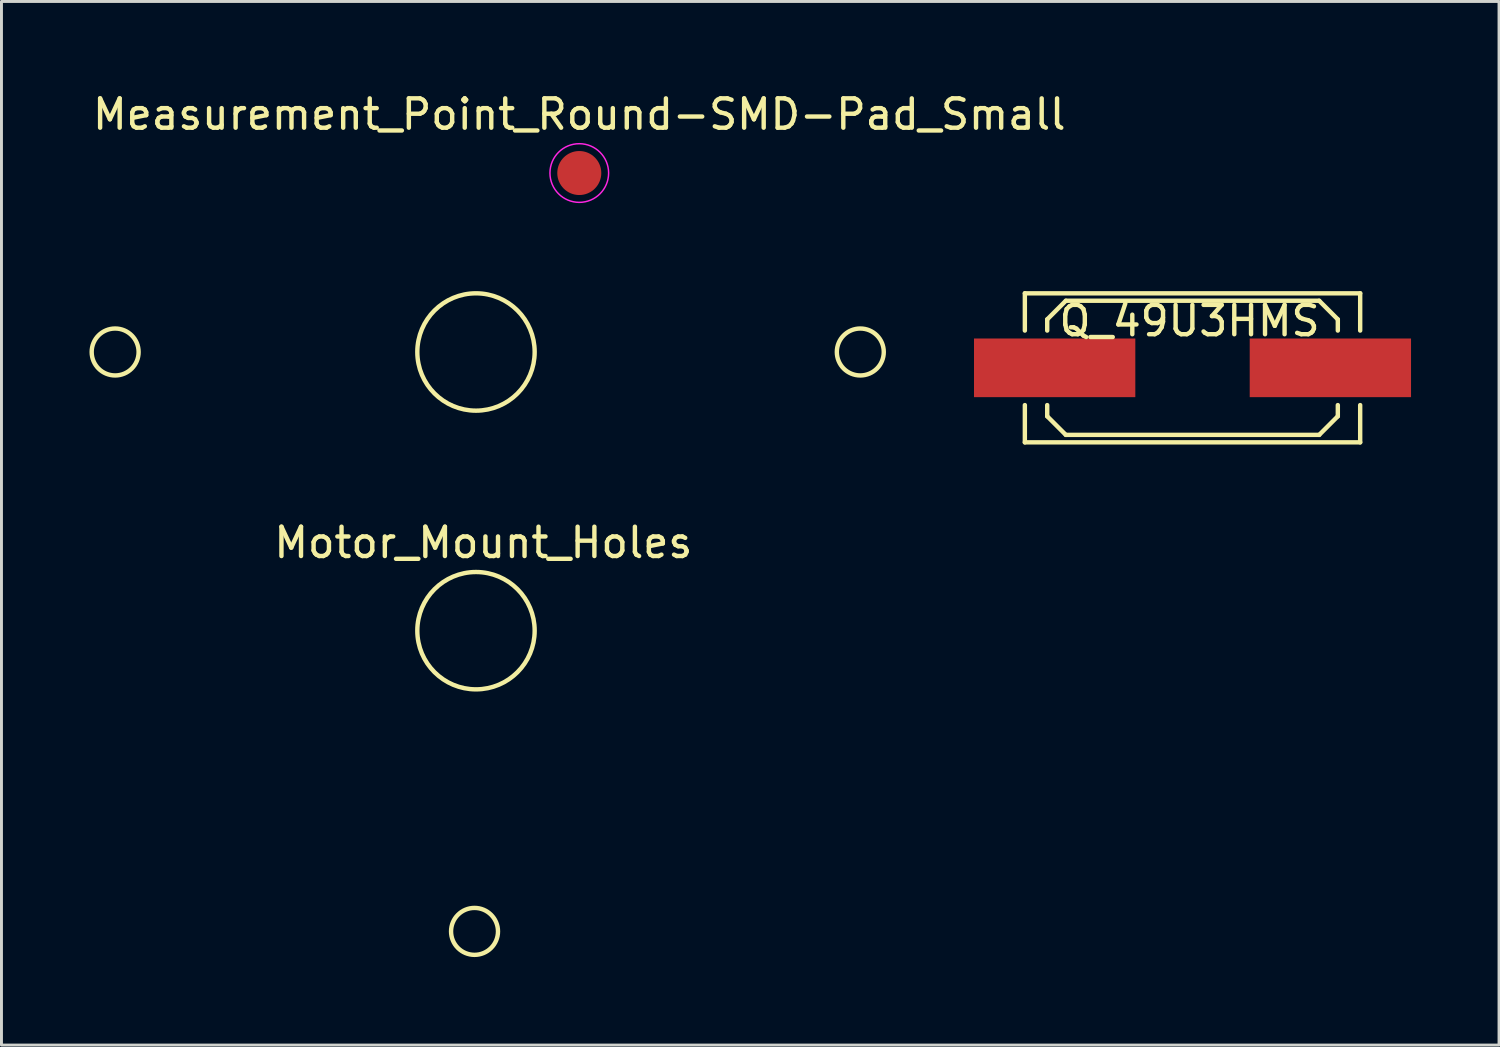
<source format=kicad_pcb>
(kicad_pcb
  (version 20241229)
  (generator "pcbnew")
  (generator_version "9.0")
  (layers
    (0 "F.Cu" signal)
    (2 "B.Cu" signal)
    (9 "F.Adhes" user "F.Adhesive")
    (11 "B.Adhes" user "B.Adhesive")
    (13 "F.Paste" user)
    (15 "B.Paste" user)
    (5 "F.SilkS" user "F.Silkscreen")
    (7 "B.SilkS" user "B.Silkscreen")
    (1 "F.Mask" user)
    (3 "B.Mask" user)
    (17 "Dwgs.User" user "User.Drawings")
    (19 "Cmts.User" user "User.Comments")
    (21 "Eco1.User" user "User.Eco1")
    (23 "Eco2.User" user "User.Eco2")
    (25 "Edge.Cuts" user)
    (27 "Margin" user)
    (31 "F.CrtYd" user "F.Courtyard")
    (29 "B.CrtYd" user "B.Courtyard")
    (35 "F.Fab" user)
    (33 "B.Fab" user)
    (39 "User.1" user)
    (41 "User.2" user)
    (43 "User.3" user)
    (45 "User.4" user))
  (footprint "Measurement_Point_Round-SMD-Pad_Small"
    (layer "F.Cu")
    (at 16.696 2.848)
    (property "Reference" "Measurement_Point_Round-SMD-Pad_Small" (at 0 -2 0) (layer "F.SilkS") (effects (font (size 1 1) (thickness 0.15))))
    (attr exclude_from_pos_files exclude_from_bom)
    (fp_circle (center 0 0) (end 1 0) (stroke (width 0.05) (type solid)) (fill no) (layer "F.CrtYd"))
    (pad "1" smd circle (at 0 0) (size 1.5 1.5) (layers "F.Cu" "F.Mask")))
  (footprint "Q_49U3HMS"
    (layer "F.Cu")
    (at 37.599 9.488)
    (property "Reference" "Q_49U3HMS" (at -0.1 -1.6 0) (layer "F.SilkS") (effects (font (size 1 1) (thickness 0.15))))
    (attr through_hole)
    (fp_line (start -5.715 -2.54) (end -5.715 -1.27) (stroke (width 0.15) (type solid)) (layer "F.SilkS"))
    (fp_line (start -5.715 -2.54) (end 5.715 -2.54) (stroke (width 0.15) (type solid)) (layer "F.SilkS"))
    (fp_line (start -5.715 2.54) (end -5.715 1.27) (stroke (width 0.15) (type solid)) (layer "F.SilkS"))
    (fp_line (start -4.953 -1.651) (end -4.953 -1.27) (stroke (width 0.15) (type solid)) (layer "F.SilkS"))
    (fp_line (start -4.953 1.651) (end -4.953 1.27) (stroke (width 0.15) (type solid)) (layer "F.SilkS"))
    (fp_line (start -4.953 1.651) (end -4.318 2.286) (stroke (width 0.15) (type solid)) (layer "F.SilkS"))
    (fp_line (start -4.318 -2.286) (end -4.953 -1.651) (stroke (width 0.15) (type solid)) (layer "F.SilkS"))
    (fp_line (start -4.318 2.286) (end 4.318 2.286) (stroke (width 0.15) (type solid)) (layer "F.SilkS"))
    (fp_line (start 4.318 -2.286) (end -4.318 -2.286) (stroke (width 0.15) (type solid)) (layer "F.SilkS"))
    (fp_line (start 4.318 2.286) (end 4.953 1.651) (stroke (width 0.15) (type solid)) (layer "F.SilkS"))
    (fp_line (start 4.953 -1.651) (end 4.318 -2.286) (stroke (width 0.15) (type solid)) (layer "F.SilkS"))
    (fp_line (start 4.953 -1.651) (end 4.953 -1.27) (stroke (width 0.15) (type solid)) (layer "F.SilkS"))
    (fp_line (start 4.953 1.651) (end 4.953 1.27) (stroke (width 0.15) (type solid)) (layer "F.SilkS"))
    (fp_line (start 5.715 -2.54) (end 5.715 -1.27) (stroke (width 0.15) (type solid)) (layer "F.SilkS"))
    (fp_line (start 5.715 2.54) (end -5.715 2.54) (stroke (width 0.15) (type solid)) (layer "F.SilkS"))
    (fp_line (start 5.715 2.54) (end 5.715 1.27) (stroke (width 0.15) (type solid)) (layer "F.SilkS"))
    (pad "1" smd rect (at -4.699 0) (size 5.499 1.999) (layers "F.Cu" "F.Mask" "F.Paste"))
    (pad "2" smd rect (at 4.699 0) (size 5.499 1.999) (layers "F.Cu" "F.Mask" "F.Paste")))
  (footprint "Motor_Mount_Holes"
    (layer "F.Cu")
    (at 13.175 18.448)
    (property "Reference" "Motor_Mount_Holes" (at 0.25 -3 0) (layer "F.SilkS") (effects (font (size 1 1) (thickness 0.15))))
    (attr through_hole)
    (fp_circle (center -12.3 -9.5) (end -12.3 -8.7) (stroke (width 0.15) (type solid)) (fill no) (layer "F.SilkS"))
    (fp_circle (center -0.05 10.25) (end -0.05 11.05) (stroke (width 0.15) (type solid)) (fill no) (layer "F.SilkS"))
    (fp_circle (center 0 -9.5) (end 0 -7.5) (stroke (width 0.15) (type solid)) (fill no) (layer "F.SilkS"))
    (fp_circle (center 0 0) (end 0 2) (stroke (width 0.15) (type solid)) (fill no) (layer "F.SilkS"))
    (fp_circle (center 13.1 -9.5) (end 13.1 -8.7) (stroke (width 0.15) (type solid)) (fill no) (layer "F.SilkS")))
  (gr_rect
    (start -3 -3)
    (end 48.047 32.573)
    (stroke (width 0.1) (type default))
    (fill no)
    (layer "Edge.Cuts")))
</source>
